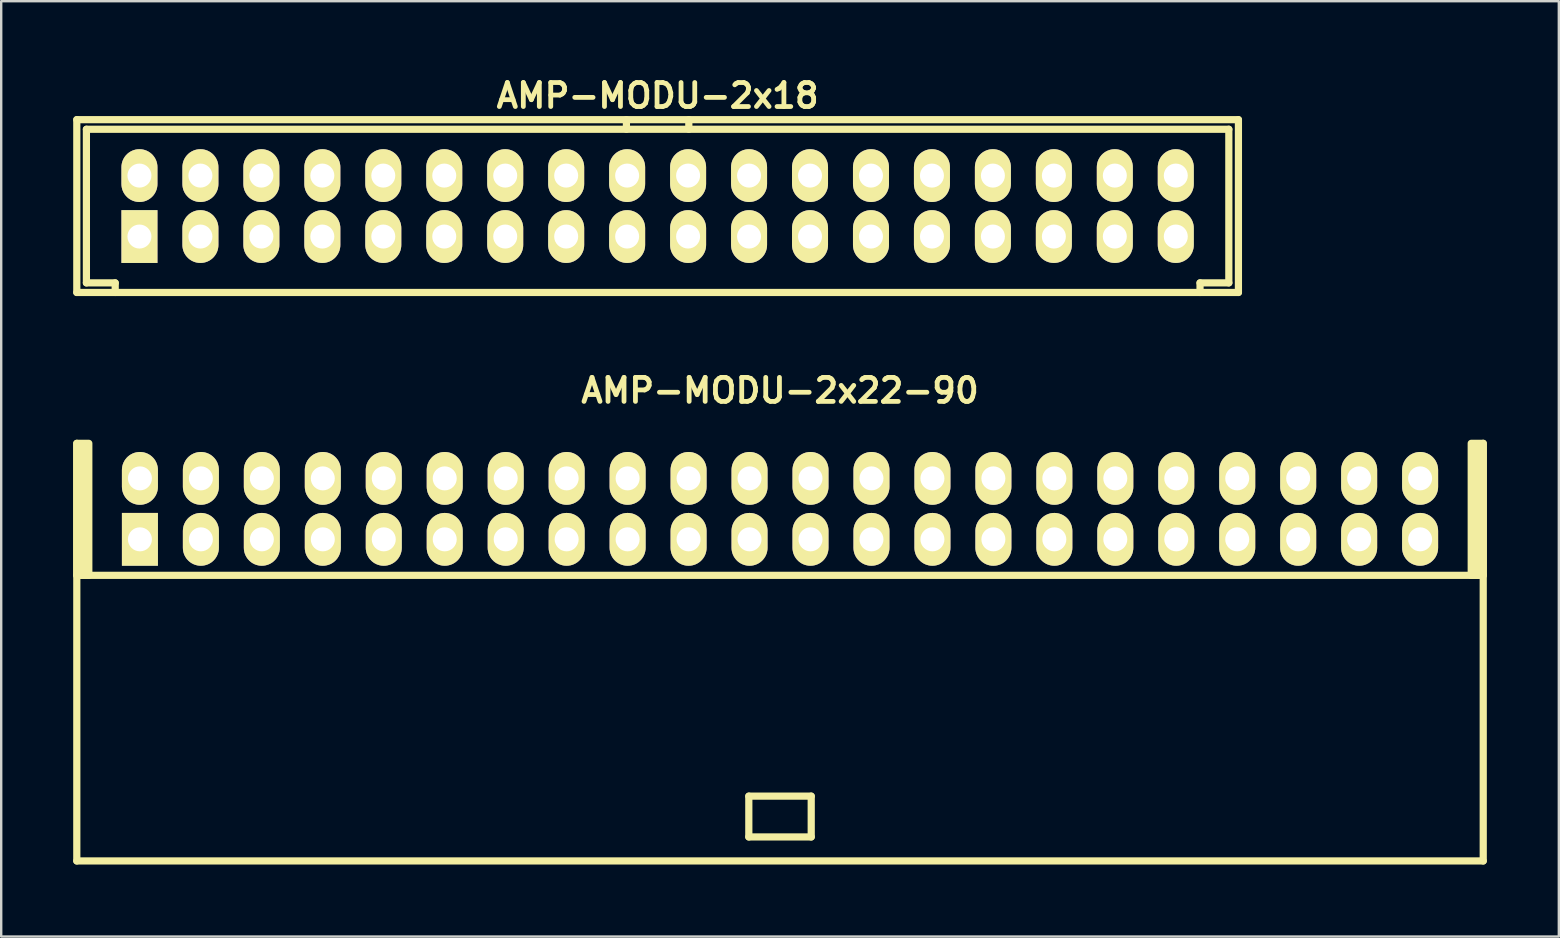
<source format=kicad_pcb>
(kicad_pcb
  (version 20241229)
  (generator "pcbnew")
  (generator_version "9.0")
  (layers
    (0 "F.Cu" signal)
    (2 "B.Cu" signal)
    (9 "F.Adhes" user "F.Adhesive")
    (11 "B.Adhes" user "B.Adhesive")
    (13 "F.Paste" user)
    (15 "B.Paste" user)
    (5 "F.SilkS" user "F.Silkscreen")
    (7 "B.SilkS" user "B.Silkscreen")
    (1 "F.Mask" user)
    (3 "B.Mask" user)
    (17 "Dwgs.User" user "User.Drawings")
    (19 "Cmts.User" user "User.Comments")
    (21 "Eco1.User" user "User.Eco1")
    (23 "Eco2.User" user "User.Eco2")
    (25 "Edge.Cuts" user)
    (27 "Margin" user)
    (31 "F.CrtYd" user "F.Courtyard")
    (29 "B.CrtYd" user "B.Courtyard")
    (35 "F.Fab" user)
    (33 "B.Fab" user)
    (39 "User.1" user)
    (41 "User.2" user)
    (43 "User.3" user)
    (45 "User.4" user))
  (footprint "AMP-MODU-2x22-90"
    (layer "F.Cu")
    (at 29.45 19.422)
    (property "Reference" "AMP-MODU-2x22-90" (at 0 -6.2 0) (layer "F.SilkS") (effects (font (size 1 1) (thickness 0.2))))
    (attr through_hole)
    (fp_line (start -29.3 -4) (end -29.3 13.4) (stroke (width 0.3) (type solid)) (layer "F.SilkS"))
    (fp_line (start -29.3 1.5) (end 29.3 1.5) (stroke (width 0.3) (type solid)) (layer "F.SilkS"))
    (fp_line (start -1.3 10.7) (end -1.3 12.4) (stroke (width 0.3) (type solid)) (layer "F.SilkS"))
    (fp_line (start -1.3 10.7) (end 1.3 10.7) (stroke (width 0.3) (type solid)) (layer "F.SilkS"))
    (fp_line (start -1.3 12.4) (end 1.3 12.4) (stroke (width 0.3) (type solid)) (layer "F.SilkS"))
    (fp_line (start 1.3 10.7) (end 1.3 12.4) (stroke (width 0.3) (type solid)) (layer "F.SilkS"))
    (fp_line (start 29.3 -4) (end 29.3 13.4) (stroke (width 0.3) (type solid)) (layer "F.SilkS"))
    (fp_line (start 29.3 13.4) (end -29.3 13.4) (stroke (width 0.3) (type solid)) (layer "F.SilkS"))
    (fp_poly (pts (xy -28.8 1.5) (xy -29.3 1.5) (xy -29.3 -4) (xy -28.8 -4)) (stroke (width 0.3) (type solid)) (fill yes) (layer "F.SilkS"))
    (fp_poly (pts (xy 29.3 1.5) (xy 28.8 1.5) (xy 28.8 -4) (xy 29.3 -4)) (stroke (width 0.3) (type solid)) (fill yes) (layer "F.SilkS"))
    (pad "1" thru_hole rect (at -26.67 0) (size 1.5 2.2) (drill 1) (layers "*.Cu" "*.Mask" "F.SilkS"))
    (pad "2" thru_hole oval (at -26.67 -2.54) (size 1.5 2.2) (drill 1) (layers "*.Cu" "*.Mask" "F.SilkS"))
    (pad "3" thru_hole oval (at -24.13 0) (size 1.5 2.2) (drill 1) (layers "*.Cu" "*.Mask" "F.SilkS"))
    (pad "4" thru_hole oval (at -24.13 -2.54) (size 1.5 2.2) (drill 1) (layers "*.Cu" "*.Mask" "F.SilkS"))
    (pad "5" thru_hole oval (at -21.59 0) (size 1.5 2.2) (drill 1) (layers "*.Cu" "*.Mask" "F.SilkS"))
    (pad "6" thru_hole oval (at -21.59 -2.54) (size 1.5 2.2) (drill 1) (layers "*.Cu" "*.Mask" "F.SilkS"))
    (pad "7" thru_hole oval (at -19.05 0) (size 1.5 2.2) (drill 1) (layers "*.Cu" "*.Mask" "F.SilkS"))
    (pad "8" thru_hole oval (at -19.05 -2.54) (size 1.5 2.2) (drill 1) (layers "*.Cu" "*.Mask" "F.SilkS"))
    (pad "9" thru_hole oval (at -16.51 0) (size 1.5 2.2) (drill 1) (layers "*.Cu" "*.Mask" "F.SilkS"))
    (pad "10" thru_hole oval (at -16.51 -2.54) (size 1.5 2.2) (drill 1) (layers "*.Cu" "*.Mask" "F.SilkS"))
    (pad "11" thru_hole oval (at -13.97 0) (size 1.5 2.2) (drill 1) (layers "*.Cu" "*.Mask" "F.SilkS"))
    (pad "12" thru_hole oval (at -13.97 -2.54) (size 1.5 2.2) (drill 1) (layers "*.Cu" "*.Mask" "F.SilkS"))
    (pad "13" thru_hole oval (at -11.43 0) (size 1.5 2.2) (drill 1) (layers "*.Cu" "*.Mask" "F.SilkS"))
    (pad "14" thru_hole oval (at -11.43 -2.54) (size 1.5 2.2) (drill 1) (layers "*.Cu" "*.Mask" "F.SilkS"))
    (pad "15" thru_hole oval (at -8.89 0) (size 1.5 2.2) (drill 1) (layers "*.Cu" "*.Mask" "F.SilkS"))
    (pad "16" thru_hole oval (at -8.89 -2.54) (size 1.5 2.2) (drill 1) (layers "*.Cu" "*.Mask" "F.SilkS"))
    (pad "17" thru_hole oval (at -6.35 0) (size 1.5 2.2) (drill 1) (layers "*.Cu" "*.Mask" "F.SilkS"))
    (pad "18" thru_hole oval (at -6.35 -2.54) (size 1.5 2.2) (drill 1) (layers "*.Cu" "*.Mask" "F.SilkS"))
    (pad "19" thru_hole oval (at -3.81 0) (size 1.5 2.2) (drill 1) (layers "*.Cu" "*.Mask" "F.SilkS"))
    (pad "20" thru_hole oval (at -3.81 -2.54) (size 1.5 2.2) (drill 1) (layers "*.Cu" "*.Mask" "F.SilkS"))
    (pad "21" thru_hole oval (at -1.27 0) (size 1.5 2.2) (drill 1) (layers "*.Cu" "*.Mask" "F.SilkS"))
    (pad "22" thru_hole oval (at -1.27 -2.54) (size 1.5 2.2) (drill 1) (layers "*.Cu" "*.Mask" "F.SilkS"))
    (pad "23" thru_hole oval (at 1.27 0) (size 1.5 2.2) (drill 1) (layers "*.Cu" "*.Mask" "F.SilkS"))
    (pad "24" thru_hole oval (at 1.27 -2.54) (size 1.5 2.2) (drill 1) (layers "*.Cu" "*.Mask" "F.SilkS"))
    (pad "25" thru_hole oval (at 3.81 0) (size 1.5 2.2) (drill 1) (layers "*.Cu" "*.Mask" "F.SilkS"))
    (pad "26" thru_hole oval (at 3.81 -2.54) (size 1.5 2.2) (drill 1) (layers "*.Cu" "*.Mask" "F.SilkS"))
    (pad "27" thru_hole oval (at 6.35 0) (size 1.5 2.2) (drill 1) (layers "*.Cu" "*.Mask" "F.SilkS"))
    (pad "28" thru_hole oval (at 6.35 -2.54) (size 1.5 2.2) (drill 1) (layers "*.Cu" "*.Mask" "F.SilkS"))
    (pad "29" thru_hole oval (at 8.89 0) (size 1.5 2.2) (drill 1) (layers "*.Cu" "*.Mask" "F.SilkS"))
    (pad "30" thru_hole oval (at 8.89 -2.54) (size 1.5 2.2) (drill 1) (layers "*.Cu" "*.Mask" "F.SilkS"))
    (pad "31" thru_hole oval (at 11.43 0) (size 1.5 2.2) (drill 1) (layers "*.Cu" "*.Mask" "F.SilkS"))
    (pad "32" thru_hole oval (at 11.43 -2.54) (size 1.5 2.2) (drill 1) (layers "*.Cu" "*.Mask" "F.SilkS"))
    (pad "33" thru_hole oval (at 13.97 0) (size 1.5 2.2) (drill 1) (layers "*.Cu" "*.Mask" "F.SilkS"))
    (pad "34" thru_hole oval (at 13.97 -2.54) (size 1.5 2.2) (drill 1) (layers "*.Cu" "*.Mask" "F.SilkS"))
    (pad "35" thru_hole oval (at 16.51 0) (size 1.5 2.2) (drill 1) (layers "*.Cu" "*.Mask" "F.SilkS"))
    (pad "36" thru_hole oval (at 16.51 -2.54) (size 1.5 2.2) (drill 1) (layers "*.Cu" "*.Mask" "F.SilkS"))
    (pad "37" thru_hole oval (at 19.05 0) (size 1.5 2.2) (drill 1) (layers "*.Cu" "*.Mask" "F.SilkS"))
    (pad "38" thru_hole oval (at 19.05 -2.54) (size 1.5 2.2) (drill 1) (layers "*.Cu" "*.Mask" "F.SilkS"))
    (pad "39" thru_hole oval (at 21.59 0) (size 1.5 2.2) (drill 1) (layers "*.Cu" "*.Mask" "F.SilkS"))
    (pad "40" thru_hole oval (at 21.59 -2.54) (size 1.5 2.2) (drill 1) (layers "*.Cu" "*.Mask" "F.SilkS"))
    (pad "41" thru_hole oval (at 24.13 0) (size 1.5 2.2) (drill 1) (layers "*.Cu" "*.Mask" "F.SilkS"))
    (pad "42" thru_hole oval (at 24.13 -2.54) (size 1.5 2.2) (drill 1) (layers "*.Cu" "*.Mask" "F.SilkS"))
    (pad "43" thru_hole oval (at 26.67 0) (size 1.5 2.2) (drill 1) (layers "*.Cu" "*.Mask" "F.SilkS"))
    (pad "44" thru_hole oval (at 26.67 -2.54) (size 1.5 2.2) (drill 1) (layers "*.Cu" "*.Mask" "F.SilkS")))
  (footprint "AMP-MODU-2x18"
    (layer "F.Cu")
    (at 24.35 5.536)
    (property "Reference" "AMP-MODU-2x18" (at 0 -4.6 0) (layer "F.SilkS") (effects (font (size 1 1) (thickness 0.2))))
    (attr through_hole)
    (fp_line (start -24.2 -3.6) (end 24.2 -3.6) (stroke (width 0.3) (type solid)) (layer "F.SilkS"))
    (fp_line (start -24.2 3.6) (end -24.2 -3.6) (stroke (width 0.3) (type solid)) (layer "F.SilkS"))
    (fp_line (start -23.8 -3.2) (end -23.8 3.2) (stroke (width 0.3) (type solid)) (layer "F.SilkS"))
    (fp_line (start -22.6 3.2) (end -23.8 3.2) (stroke (width 0.3) (type solid)) (layer "F.SilkS"))
    (fp_line (start -22.6 3.2) (end -22.6 3.6) (stroke (width 0.3) (type solid)) (layer "F.SilkS"))
    (fp_line (start -1.3 -3.2) (end -1.3 -3.6) (stroke (width 0.3) (type solid)) (layer "F.SilkS"))
    (fp_line (start 1.3 -3.6) (end 1.3 -3.2) (stroke (width 0.3) (type solid)) (layer "F.SilkS"))
    (fp_line (start 22.6 3.6) (end 22.6 3.2) (stroke (width 0.3) (type solid)) (layer "F.SilkS"))
    (fp_line (start 23.8 -3.2) (end -23.8 -3.2) (stroke (width 0.3) (type solid)) (layer "F.SilkS"))
    (fp_line (start 23.8 3.2) (end 22.6 3.2) (stroke (width 0.3) (type solid)) (layer "F.SilkS"))
    (fp_line (start 23.8 3.2) (end 23.8 -3.2) (stroke (width 0.3) (type solid)) (layer "F.SilkS"))
    (fp_line (start 24.2 -3.6) (end 24.2 3.6) (stroke (width 0.3) (type solid)) (layer "F.SilkS"))
    (fp_line (start 24.2 3.6) (end -24.2 3.6) (stroke (width 0.3) (type solid)) (layer "F.SilkS"))
    (pad "1" thru_hole rect (at -21.59 1.27) (size 1.5 2.2) (drill 1) (layers "*.Cu" "*.Mask" "F.SilkS"))
    (pad "2" thru_hole oval (at -21.59 -1.27) (size 1.5 2.2) (drill 1) (layers "*.Cu" "*.Mask" "F.SilkS"))
    (pad "3" thru_hole oval (at -19.05 1.27) (size 1.5 2.2) (drill 1) (layers "*.Cu" "*.Mask" "F.SilkS"))
    (pad "4" thru_hole oval (at -19.05 -1.27) (size 1.5 2.2) (drill 1) (layers "*.Cu" "*.Mask" "F.SilkS"))
    (pad "5" thru_hole oval (at -16.51 1.27) (size 1.5 2.2) (drill 1) (layers "*.Cu" "*.Mask" "F.SilkS"))
    (pad "6" thru_hole oval (at -16.51 -1.27) (size 1.5 2.2) (drill 1) (layers "*.Cu" "*.Mask" "F.SilkS"))
    (pad "7" thru_hole oval (at -13.97 1.27) (size 1.5 2.2) (drill 1) (layers "*.Cu" "*.Mask" "F.SilkS"))
    (pad "8" thru_hole oval (at -13.97 -1.27) (size 1.5 2.2) (drill 1) (layers "*.Cu" "*.Mask" "F.SilkS"))
    (pad "9" thru_hole oval (at -11.43 1.27) (size 1.5 2.2) (drill 1) (layers "*.Cu" "*.Mask" "F.SilkS"))
    (pad "10" thru_hole oval (at -11.43 -1.27) (size 1.5 2.2) (drill 1) (layers "*.Cu" "*.Mask" "F.SilkS"))
    (pad "11" thru_hole oval (at -8.89 1.27) (size 1.5 2.2) (drill 1) (layers "*.Cu" "*.Mask" "F.SilkS"))
    (pad "12" thru_hole oval (at -8.89 -1.27) (size 1.5 2.2) (drill 1) (layers "*.Cu" "*.Mask" "F.SilkS"))
    (pad "13" thru_hole oval (at -6.35 1.27) (size 1.5 2.2) (drill 1) (layers "*.Cu" "*.Mask" "F.SilkS"))
    (pad "14" thru_hole oval (at -6.35 -1.27) (size 1.5 2.2) (drill 1) (layers "*.Cu" "*.Mask" "F.SilkS"))
    (pad "15" thru_hole oval (at -3.81 1.27) (size 1.5 2.2) (drill 1) (layers "*.Cu" "*.Mask" "F.SilkS"))
    (pad "16" thru_hole oval (at -3.81 -1.27) (size 1.5 2.2) (drill 1) (layers "*.Cu" "*.Mask" "F.SilkS"))
    (pad "17" thru_hole oval (at -1.27 1.27) (size 1.5 2.2) (drill 1) (layers "*.Cu" "*.Mask" "F.SilkS"))
    (pad "18" thru_hole oval (at -1.27 -1.27) (size 1.5 2.2) (drill 1) (layers "*.Cu" "*.Mask" "F.SilkS"))
    (pad "19" thru_hole oval (at 1.27 1.27) (size 1.5 2.2) (drill 1) (layers "*.Cu" "*.Mask" "F.SilkS"))
    (pad "20" thru_hole oval (at 1.27 -1.27) (size 1.5 2.2) (drill 1) (layers "*.Cu" "*.Mask" "F.SilkS"))
    (pad "21" thru_hole oval (at 3.81 1.27) (size 1.5 2.2) (drill 1) (layers "*.Cu" "*.Mask" "F.SilkS"))
    (pad "22" thru_hole oval (at 3.81 -1.27) (size 1.5 2.2) (drill 1) (layers "*.Cu" "*.Mask" "F.SilkS"))
    (pad "23" thru_hole oval (at 6.35 1.27) (size 1.5 2.2) (drill 1) (layers "*.Cu" "*.Mask" "F.SilkS"))
    (pad "24" thru_hole oval (at 6.35 -1.27) (size 1.5 2.2) (drill 1) (layers "*.Cu" "*.Mask" "F.SilkS"))
    (pad "25" thru_hole oval (at 8.89 1.27) (size 1.5 2.2) (drill 1) (layers "*.Cu" "*.Mask" "F.SilkS"))
    (pad "26" thru_hole oval (at 8.89 -1.27) (size 1.5 2.2) (drill 1) (layers "*.Cu" "*.Mask" "F.SilkS"))
    (pad "27" thru_hole oval (at 11.43 1.27) (size 1.5 2.2) (drill 1) (layers "*.Cu" "*.Mask" "F.SilkS"))
    (pad "28" thru_hole oval (at 11.43 -1.27) (size 1.5 2.2) (drill 1) (layers "*.Cu" "*.Mask" "F.SilkS"))
    (pad "29" thru_hole oval (at 13.97 1.27) (size 1.5 2.2) (drill 1) (layers "*.Cu" "*.Mask" "F.SilkS"))
    (pad "30" thru_hole oval (at 13.97 -1.27) (size 1.5 2.2) (drill 1) (layers "*.Cu" "*.Mask" "F.SilkS"))
    (pad "31" thru_hole oval (at 16.51 1.27) (size 1.5 2.2) (drill 1) (layers "*.Cu" "*.Mask" "F.SilkS"))
    (pad "32" thru_hole oval (at 16.51 -1.27) (size 1.5 2.2) (drill 1) (layers "*.Cu" "*.Mask" "F.SilkS"))
    (pad "33" thru_hole oval (at 19.05 1.27) (size 1.5 2.2) (drill 1) (layers "*.Cu" "*.Mask" "F.SilkS"))
    (pad "34" thru_hole oval (at 19.05 -1.27) (size 1.5 2.2) (drill 1) (layers "*.Cu" "*.Mask" "F.SilkS"))
    (pad "35" thru_hole oval (at 21.59 1.27) (size 1.5 2.2) (drill 1) (layers "*.Cu" "*.Mask" "F.SilkS"))
    (pad "36" thru_hole oval (at 21.59 -1.27) (size 1.5 2.2) (drill 1) (layers "*.Cu" "*.Mask" "F.SilkS")))
  (gr_rect
    (start -3 -3)
    (end 61.9 35.972)
    (stroke (width 0.1) (type default))
    (fill no)
    (layer "Edge.Cuts")))
</source>
